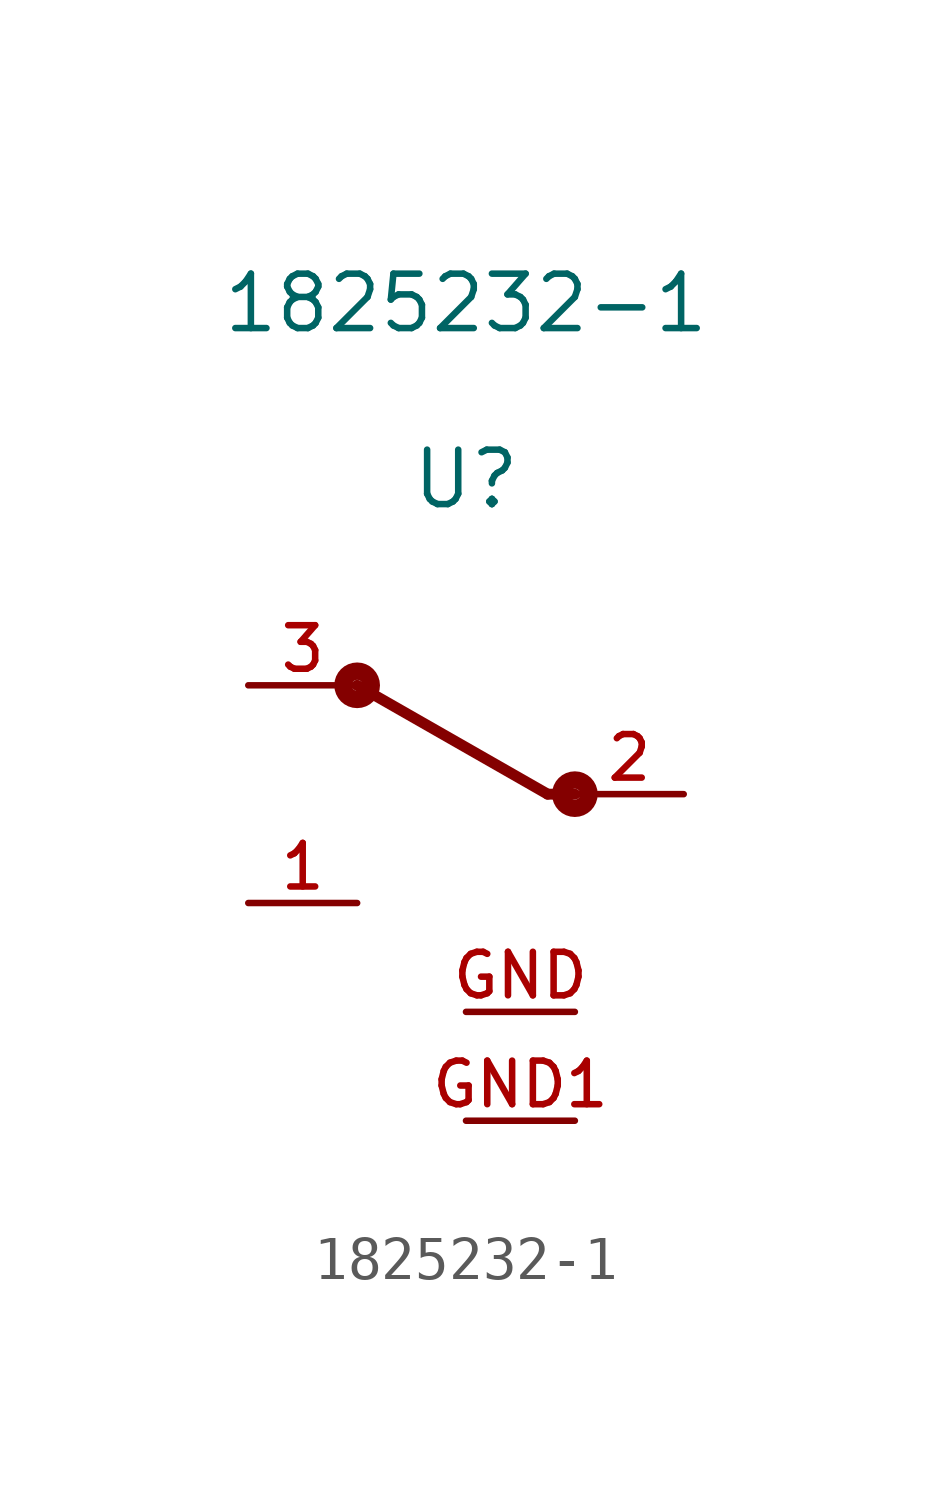
<source format=kicad_sym>
(kicad_symbol_lib
  (version 20211014)
  (generator kicad_symbol_editor)
  (symbol "1825232-1"
    (pin_names
      (offset 1.016))
    (property "Reference" "U"
      (at 0.0 1.525 0)
      (effects (font (size 1.27 1.27)) (justify bottom)))
    (property "Value" "1825232-1"
      (at 0.0 7.118 0)
      (effects (font (size 1.27 1.27)) (justify top)))
    (symbol "1825232-1_0_0"
      (polyline (pts (xy 1.905 -5.08) (xy 2.54 -5.08)) (stroke (width 0.254)))
      (polyline (pts (xy -2.54 -2.54) (xy 1.905 -5.08)) (stroke (width 0.254)))
      (circle (center -2.54 -2.54) (radius 0.127) (stroke (width 0.406)) (fill (type none)))
      (circle (center 2.54 -5.08) (radius 0.127) (stroke (width 0.406)) (fill (type none)))
      (pin passive line (at -5.08 -7.62 0) (length 2.54) (name "~" (effects (font (size 1.016 1.016)))) (number "1" (effects (font (size 1.016 1.016)))))
      (pin passive line (at 5.08 -5.08 180.0) (length 2.54) (name "~" (effects (font (size 1.016 1.016)))) (number "2" (effects (font (size 1.016 1.016)))))
      (pin passive line (at -5.08 -2.54 0) (length 2.54) (name "~" (effects (font (size 1.016 1.016)))) (number "3" (effects (font (size 1.016 1.016)))))
      (pin passive line (at 2.54 -10.16 180.0) (length 2.54) (name "~" (effects (font (size 1.016 1.016)))) (number "GND" (effects (font (size 1.016 1.016)))))
      (pin passive line (at 2.54 -12.7 180.0) (length 2.54) (name "~" (effects (font (size 1.016 1.016)))) (number "GND1" (effects (font (size 1.016 1.016))))))))
</source>
